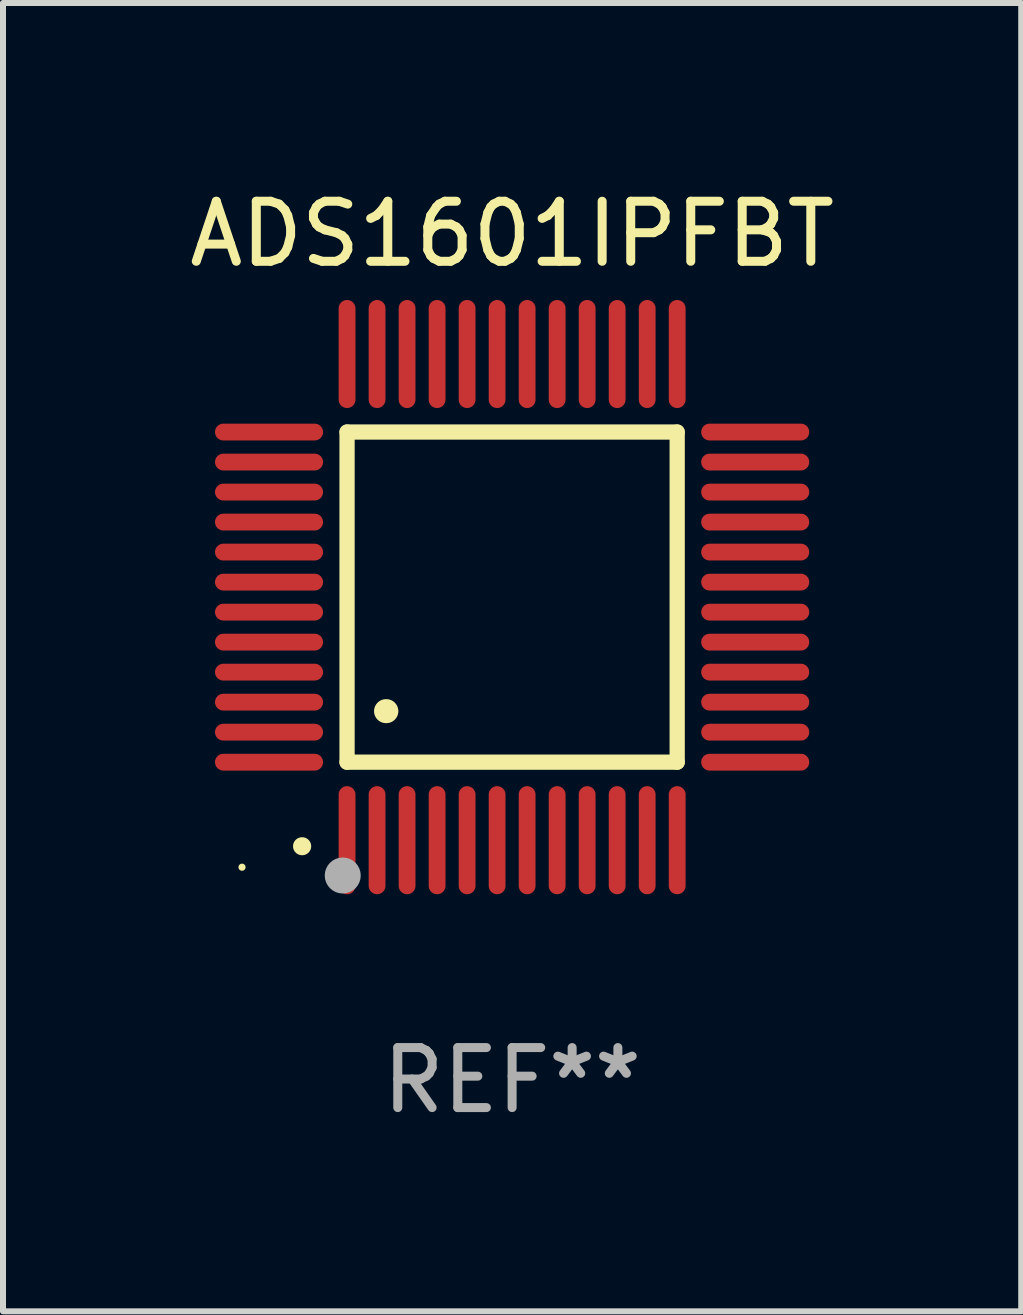
<source format=kicad_pcb>
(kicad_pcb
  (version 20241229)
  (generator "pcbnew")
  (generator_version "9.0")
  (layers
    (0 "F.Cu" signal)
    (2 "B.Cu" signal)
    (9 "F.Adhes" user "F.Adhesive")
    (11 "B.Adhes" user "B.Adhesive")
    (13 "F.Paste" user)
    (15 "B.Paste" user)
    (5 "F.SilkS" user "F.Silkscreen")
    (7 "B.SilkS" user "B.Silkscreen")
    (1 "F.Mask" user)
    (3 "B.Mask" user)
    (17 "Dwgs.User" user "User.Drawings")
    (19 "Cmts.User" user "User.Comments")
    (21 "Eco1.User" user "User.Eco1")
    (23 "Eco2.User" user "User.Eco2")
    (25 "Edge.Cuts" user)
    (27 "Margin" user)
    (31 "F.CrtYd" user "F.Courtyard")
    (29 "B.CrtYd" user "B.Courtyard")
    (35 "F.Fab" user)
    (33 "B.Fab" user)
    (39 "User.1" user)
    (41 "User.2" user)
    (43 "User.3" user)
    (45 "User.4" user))
  (footprint "ADS1601IPFBT"
    (layer "F.Cu")
    (at 5.482 6.898)
    (property "Reference" "ADS1601IPFBT" (at 0 -6.05 0) (layer "F.SilkS") (effects (font (size 1 1) (thickness 0.15))))
    (attr through_hole)
    (fp_line (start -2.75 -2.75) (end 2.75 -2.75) (stroke (width 0.254) (type solid)) (layer "F.SilkS"))
    (fp_line (start -2.75 2.75) (end -2.75 -2.75) (stroke (width 0.254) (type solid)) (layer "F.SilkS"))
    (fp_line (start 2.75 -2.75) (end 2.75 2.75) (stroke (width 0.254) (type solid)) (layer "F.SilkS"))
    (fp_line (start 2.75 2.75) (end -2.75 2.75) (stroke (width 0.254) (type solid)) (layer "F.SilkS"))
    (fp_arc (start -3.500127 4.150368) (mid -3.498857 4.150363) (end -3.497587 4.150368) (stroke (width 0.3) (type solid)) (layer "F.SilkS"))
    (fp_arc (start -2.100584 1.899924) (mid -2.098044 1.899908) (end -2.095504 1.899924) (stroke (width 0.4) (type solid)) (layer "F.SilkS"))
    (fp_circle (center -4.5 4.5) (end -4.47 4.5) (stroke (width 0.06) (type solid)) (fill no) (layer "F.SilkS"))
    (fp_circle (center -2.822 4.638) (end -2.672 4.638) (stroke (width 0.3) (type solid)) (fill no) (layer "F.Fab"))
    (fp_text user "REF**" (at 0 8.05 0) (layer "F.Fab") (effects (font (size 1 1) (thickness 0.15))))
    (pad "1" smd oval (at -2.75 4.05) (size 0.28 1.8) (layers "F.Cu" "F.Mask" "F.Paste"))
    (pad "2" smd oval (at -2.25 4.05) (size 0.28 1.8) (layers "F.Cu" "F.Mask" "F.Paste"))
    (pad "3" smd oval (at -1.75 4.05) (size 0.28 1.8) (layers "F.Cu" "F.Mask" "F.Paste"))
    (pad "4" smd oval (at -1.25 4.05) (size 0.28 1.8) (layers "F.Cu" "F.Mask" "F.Paste"))
    (pad "5" smd oval (at -0.75 4.05) (size 0.28 1.8) (layers "F.Cu" "F.Mask" "F.Paste"))
    (pad "6" smd oval (at -0.25 4.05) (size 0.28 1.8) (layers "F.Cu" "F.Mask" "F.Paste"))
    (pad "7" smd oval (at 0.25 4.05) (size 0.28 1.8) (layers "F.Cu" "F.Mask" "F.Paste"))
    (pad "8" smd oval (at 0.75 4.05) (size 0.28 1.8) (layers "F.Cu" "F.Mask" "F.Paste"))
    (pad "9" smd oval (at 1.25 4.05) (size 0.28 1.8) (layers "F.Cu" "F.Mask" "F.Paste"))
    (pad "10" smd oval (at 1.75 4.05) (size 0.28 1.8) (layers "F.Cu" "F.Mask" "F.Paste"))
    (pad "11" smd oval (at 2.25 4.05) (size 0.28 1.8) (layers "F.Cu" "F.Mask" "F.Paste"))
    (pad "12" smd oval (at 2.75 4.05) (size 0.28 1.8) (layers "F.Cu" "F.Mask" "F.Paste"))
    (pad "13" smd oval (at 4.05 2.75) (size 1.8 0.28) (layers "F.Cu" "F.Mask" "F.Paste"))
    (pad "14" smd oval (at 4.05 2.25) (size 1.8 0.28) (layers "F.Cu" "F.Mask" "F.Paste"))
    (pad "15" smd oval (at 4.05 1.75) (size 1.8 0.28) (layers "F.Cu" "F.Mask" "F.Paste"))
    (pad "16" smd oval (at 4.05 1.25) (size 1.8 0.28) (layers "F.Cu" "F.Mask" "F.Paste"))
    (pad "17" smd oval (at 4.05 0.75) (size 1.8 0.28) (layers "F.Cu" "F.Mask" "F.Paste"))
    (pad "18" smd oval (at 4.05 0.25) (size 1.8 0.28) (layers "F.Cu" "F.Mask" "F.Paste"))
    (pad "19" smd oval (at 4.05 -0.25) (size 1.8 0.28) (layers "F.Cu" "F.Mask" "F.Paste"))
    (pad "20" smd oval (at 4.05 -0.75) (size 1.8 0.28) (layers "F.Cu" "F.Mask" "F.Paste"))
    (pad "21" smd oval (at 4.05 -1.25) (size 1.8 0.28) (layers "F.Cu" "F.Mask" "F.Paste"))
    (pad "22" smd oval (at 4.05 -1.75) (size 1.8 0.28) (layers "F.Cu" "F.Mask" "F.Paste"))
    (pad "23" smd oval (at 4.05 -2.25) (size 1.8 0.28) (layers "F.Cu" "F.Mask" "F.Paste"))
    (pad "24" smd oval (at 4.05 -2.75) (size 1.8 0.28) (layers "F.Cu" "F.Mask" "F.Paste"))
    (pad "25" smd oval (at 2.75 -4.05) (size 0.28 1.8) (layers "F.Cu" "F.Mask" "F.Paste"))
    (pad "26" smd oval (at 2.25 -4.05) (size 0.28 1.8) (layers "F.Cu" "F.Mask" "F.Paste"))
    (pad "27" smd oval (at 1.75 -4.05) (size 0.28 1.8) (layers "F.Cu" "F.Mask" "F.Paste"))
    (pad "28" smd oval (at 1.25 -4.05) (size 0.28 1.8) (layers "F.Cu" "F.Mask" "F.Paste"))
    (pad "29" smd oval (at 0.75 -4.05) (size 0.28 1.8) (layers "F.Cu" "F.Mask" "F.Paste"))
    (pad "30" smd oval (at 0.25 -4.05) (size 0.28 1.8) (layers "F.Cu" "F.Mask" "F.Paste"))
    (pad "31" smd oval (at -0.25 -4.05) (size 0.28 1.8) (layers "F.Cu" "F.Mask" "F.Paste"))
    (pad "32" smd oval (at -0.75 -4.05) (size 0.28 1.8) (layers "F.Cu" "F.Mask" "F.Paste"))
    (pad "33" smd oval (at -1.25 -4.05) (size 0.28 1.8) (layers "F.Cu" "F.Mask" "F.Paste"))
    (pad "34" smd oval (at -1.75 -4.05) (size 0.28 1.8) (layers "F.Cu" "F.Mask" "F.Paste"))
    (pad "35" smd oval (at -2.25 -4.05) (size 0.28 1.8) (layers "F.Cu" "F.Mask" "F.Paste"))
    (pad "36" smd oval (at -2.75 -4.05) (size 0.28 1.8) (layers "F.Cu" "F.Mask" "F.Paste"))
    (pad "37" smd oval (at -4.05 -2.75) (size 1.8 0.28) (layers "F.Cu" "F.Mask" "F.Paste"))
    (pad "38" smd oval (at -4.05 -2.25) (size 1.8 0.28) (layers "F.Cu" "F.Mask" "F.Paste"))
    (pad "39" smd oval (at -4.05 -1.75) (size 1.8 0.28) (layers "F.Cu" "F.Mask" "F.Paste"))
    (pad "40" smd oval (at -4.05 -1.25) (size 1.8 0.28) (layers "F.Cu" "F.Mask" "F.Paste"))
    (pad "41" smd oval (at -4.05 -0.75) (size 1.8 0.28) (layers "F.Cu" "F.Mask" "F.Paste"))
    (pad "42" smd oval (at -4.05 -0.25) (size 1.8 0.28) (layers "F.Cu" "F.Mask" "F.Paste"))
    (pad "43" smd oval (at -4.05 0.25) (size 1.8 0.28) (layers "F.Cu" "F.Mask" "F.Paste"))
    (pad "44" smd oval (at -4.05 0.75) (size 1.8 0.28) (layers "F.Cu" "F.Mask" "F.Paste"))
    (pad "45" smd oval (at -4.05 1.25) (size 1.8 0.28) (layers "F.Cu" "F.Mask" "F.Paste"))
    (pad "46" smd oval (at -4.05 1.75) (size 1.8 0.28) (layers "F.Cu" "F.Mask" "F.Paste"))
    (pad "47" smd oval (at -4.05 2.25) (size 1.8 0.28) (layers "F.Cu" "F.Mask" "F.Paste"))
    (pad "48" smd oval (at -4.05 2.75) (size 1.8 0.28) (layers "F.Cu" "F.Mask" "F.Paste")))
  (gr_rect
    (start -3 -3)
    (end 13.964 18.797)
    (stroke (width 0.1) (type default))
    (fill no)
    (layer "Edge.Cuts")))
</source>
